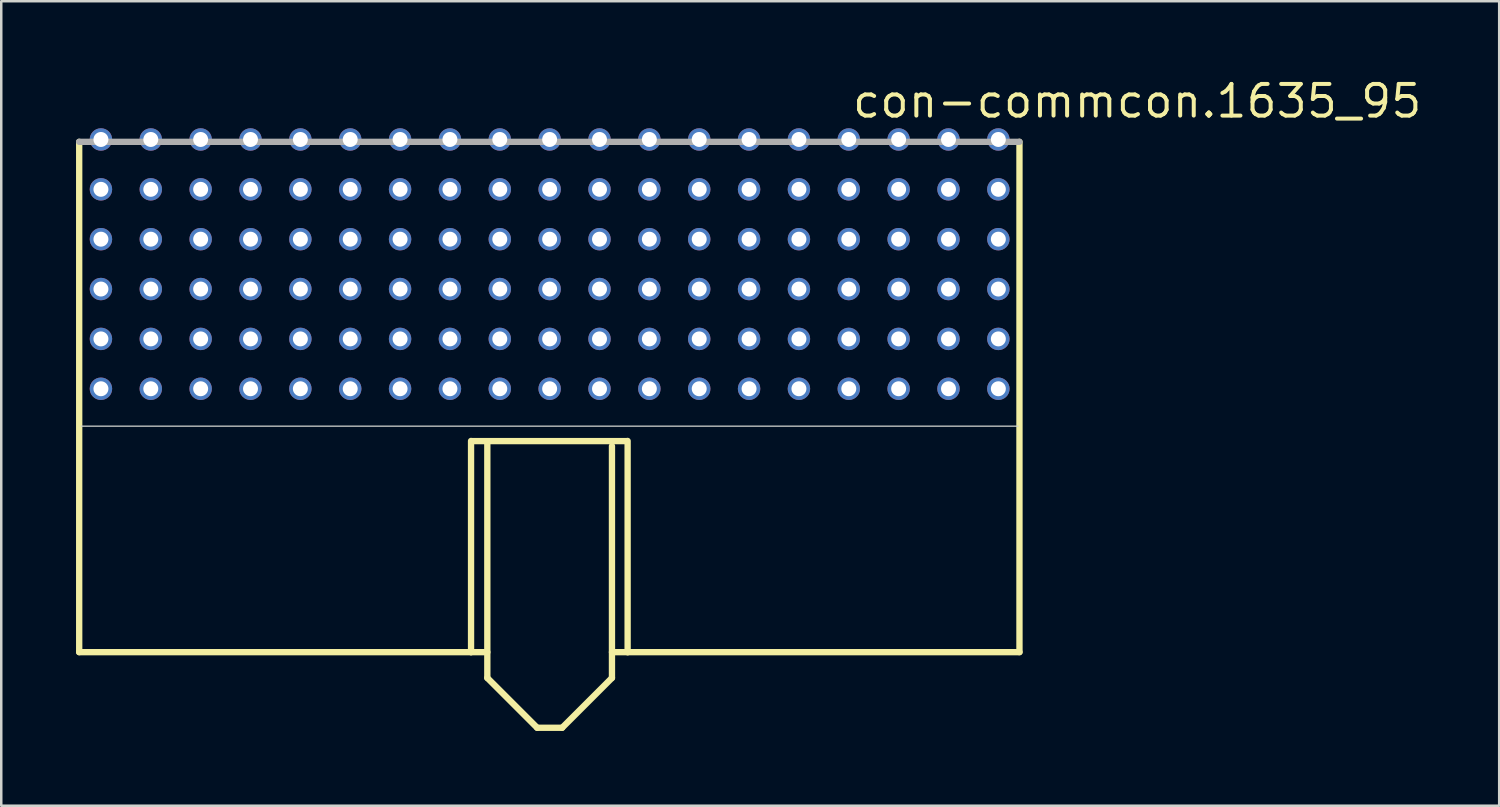
<source format=kicad_pcb>
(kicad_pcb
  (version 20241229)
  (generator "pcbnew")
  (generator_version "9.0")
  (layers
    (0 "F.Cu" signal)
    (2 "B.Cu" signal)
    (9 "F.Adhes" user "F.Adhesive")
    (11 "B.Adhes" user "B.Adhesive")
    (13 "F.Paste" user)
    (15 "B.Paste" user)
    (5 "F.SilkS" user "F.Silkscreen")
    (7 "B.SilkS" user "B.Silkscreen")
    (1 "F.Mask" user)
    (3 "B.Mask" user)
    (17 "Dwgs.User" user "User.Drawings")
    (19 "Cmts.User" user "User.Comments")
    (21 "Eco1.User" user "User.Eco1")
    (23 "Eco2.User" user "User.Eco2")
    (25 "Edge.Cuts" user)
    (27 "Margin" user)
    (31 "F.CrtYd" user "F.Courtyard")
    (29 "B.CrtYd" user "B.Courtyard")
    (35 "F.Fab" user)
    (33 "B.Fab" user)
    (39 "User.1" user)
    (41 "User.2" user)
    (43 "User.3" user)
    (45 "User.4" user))
  (footprint "con-commcon.1635_95"
    (layer "F.Cu")
    (at 18.999 13.815)
    (property "Reference" "con-commcon.1635_95" (at 12.065 -12.065 0) (layer "F.SilkS") (effects (font (size 1.27 1.27) (thickness 0.16)) (justify left bottom)))
    (attr through_hole)
    (fp_line (start -18.872 -11.176) (end -18.872 9.296) (stroke (width 0.254) (type default)) (layer "F.SilkS"))
    (fp_line (start -18.872 9.296) (end -3.153 9.296) (stroke (width 0.254) (type default)) (layer "F.SilkS"))
    (fp_line (start -3.153 9.296) (end -3.153 0.824) (stroke (width 0.254) (type default)) (layer "F.SilkS"))
    (fp_line (start -3.153 9.296) (end -2.5 9.296) (stroke (width 0.254) (type default)) (layer "F.SilkS"))
    (fp_line (start -3.1 0.83) (end 3.1 0.83) (stroke (width 0.254) (type default)) (layer "F.SilkS"))
    (fp_line (start -2.5 10.33) (end -2.5 0.93) (stroke (width 0.254) (type default)) (layer "F.SilkS"))
    (fp_line (start -2.5 10.33) (end -0.5 12.33) (stroke (width 0.254) (type default)) (layer "F.SilkS"))
    (fp_line (start -0.5 12.33) (end 0.5 12.33) (stroke (width 0.254) (type default)) (layer "F.SilkS"))
    (fp_line (start 0.5 12.33) (end 2.5 10.33) (stroke (width 0.254) (type default)) (layer "F.SilkS"))
    (fp_line (start 2.5 9.296) (end 3.128 9.296) (stroke (width 0.254) (type default)) (layer "F.SilkS"))
    (fp_line (start 2.5 10.33) (end 2.5 1.03) (stroke (width 0.254) (type default)) (layer "F.SilkS"))
    (fp_line (start 3.128 0.824) (end 3.128 9.296) (stroke (width 0.254) (type default)) (layer "F.SilkS"))
    (fp_line (start 3.128 9.296) (end 18.847 9.296) (stroke (width 0.254) (type default)) (layer "F.SilkS"))
    (fp_line (start 18.847 9.296) (end 18.847 -11.176) (stroke (width 0.254) (type default)) (layer "F.SilkS"))
    (fp_line (start -18.789 0.23) (end 18.789 0.23) (stroke (width 0.051) (type default)) (layer "Edge.Cuts"))
    (fp_line (start 18.847 -11.176) (end -18.872 -11.176) (stroke (width 0.254) (type default)) (layer "F.Fab"))
    (pad "A1" thru_hole circle (at 18 -1.27) (size 0.9 0.9) (drill 0.6) (layers "*.Cu" "*.Mask"))
    (pad "A2" thru_hole circle (at 16 -1.27) (size 0.9 0.9) (drill 0.6) (layers "*.Cu" "*.Mask"))
    (pad "A3" thru_hole circle (at 14 -1.27) (size 0.9 0.9) (drill 0.6) (layers "*.Cu" "*.Mask"))
    (pad "A4" thru_hole circle (at 12 -1.27) (size 0.9 0.9) (drill 0.6) (layers "*.Cu" "*.Mask"))
    (pad "A5" thru_hole circle (at 10 -1.27) (size 0.9 0.9) (drill 0.6) (layers "*.Cu" "*.Mask"))
    (pad "A6" thru_hole circle (at 8 -1.27) (size 0.9 0.9) (drill 0.6) (layers "*.Cu" "*.Mask"))
    (pad "A7" thru_hole circle (at 6 -1.27) (size 0.9 0.9) (drill 0.6) (layers "*.Cu" "*.Mask"))
    (pad "A8" thru_hole circle (at 4 -1.27) (size 0.9 0.9) (drill 0.6) (layers "*.Cu" "*.Mask"))
    (pad "A9" thru_hole circle (at 2 -1.27) (size 0.9 0.9) (drill 0.6) (layers "*.Cu" "*.Mask"))
    (pad "A10" thru_hole circle (at 0 -1.27) (size 0.9 0.9) (drill 0.6) (layers "*.Cu" "*.Mask"))
    (pad "A11" thru_hole circle (at -2 -1.27) (size 0.9 0.9) (drill 0.6) (layers "*.Cu" "*.Mask"))
    (pad "A12" thru_hole circle (at -4 -1.27) (size 0.9 0.9) (drill 0.6) (layers "*.Cu" "*.Mask"))
    (pad "A13" thru_hole circle (at -6 -1.27) (size 0.9 0.9) (drill 0.6) (layers "*.Cu" "*.Mask"))
    (pad "A14" thru_hole circle (at -8 -1.27) (size 0.9 0.9) (drill 0.6) (layers "*.Cu" "*.Mask"))
    (pad "A15" thru_hole circle (at -10 -1.27) (size 0.9 0.9) (drill 0.6) (layers "*.Cu" "*.Mask"))
    (pad "A16" thru_hole circle (at -12 -1.27) (size 0.9 0.9) (drill 0.6) (layers "*.Cu" "*.Mask"))
    (pad "A17" thru_hole circle (at -14 -1.27) (size 0.9 0.9) (drill 0.6) (layers "*.Cu" "*.Mask"))
    (pad "A18" thru_hole circle (at -16 -1.27) (size 0.9 0.9) (drill 0.6) (layers "*.Cu" "*.Mask"))
    (pad "A19" thru_hole circle (at -18 -1.27) (size 0.9 0.9) (drill 0.6) (layers "*.Cu" "*.Mask"))
    (pad "B1" thru_hole circle (at 18 -3.27) (size 0.9 0.9) (drill 0.6) (layers "*.Cu" "*.Mask"))
    (pad "B2" thru_hole circle (at 16 -3.27) (size 0.9 0.9) (drill 0.6) (layers "*.Cu" "*.Mask"))
    (pad "B3" thru_hole circle (at 14 -3.27) (size 0.9 0.9) (drill 0.6) (layers "*.Cu" "*.Mask"))
    (pad "B4" thru_hole circle (at 12 -3.27) (size 0.9 0.9) (drill 0.6) (layers "*.Cu" "*.Mask"))
    (pad "B5" thru_hole circle (at 10 -3.27) (size 0.9 0.9) (drill 0.6) (layers "*.Cu" "*.Mask"))
    (pad "B6" thru_hole circle (at 8 -3.27) (size 0.9 0.9) (drill 0.6) (layers "*.Cu" "*.Mask"))
    (pad "B7" thru_hole circle (at 6 -3.27) (size 0.9 0.9) (drill 0.6) (layers "*.Cu" "*.Mask"))
    (pad "B8" thru_hole circle (at 4 -3.27) (size 0.9 0.9) (drill 0.6) (layers "*.Cu" "*.Mask"))
    (pad "B9" thru_hole circle (at 2 -3.27) (size 0.9 0.9) (drill 0.6) (layers "*.Cu" "*.Mask"))
    (pad "B10" thru_hole circle (at 0 -3.27) (size 0.9 0.9) (drill 0.6) (layers "*.Cu" "*.Mask"))
    (pad "B11" thru_hole circle (at -2 -3.27) (size 0.9 0.9) (drill 0.6) (layers "*.Cu" "*.Mask"))
    (pad "B12" thru_hole circle (at -4 -3.27) (size 0.9 0.9) (drill 0.6) (layers "*.Cu" "*.Mask"))
    (pad "B13" thru_hole circle (at -6 -3.27) (size 0.9 0.9) (drill 0.6) (layers "*.Cu" "*.Mask"))
    (pad "B14" thru_hole circle (at -8 -3.27) (size 0.9 0.9) (drill 0.6) (layers "*.Cu" "*.Mask"))
    (pad "B15" thru_hole circle (at -10 -3.27) (size 0.9 0.9) (drill 0.6) (layers "*.Cu" "*.Mask"))
    (pad "B16" thru_hole circle (at -12 -3.27) (size 0.9 0.9) (drill 0.6) (layers "*.Cu" "*.Mask"))
    (pad "B17" thru_hole circle (at -14 -3.27) (size 0.9 0.9) (drill 0.6) (layers "*.Cu" "*.Mask"))
    (pad "B18" thru_hole circle (at -16 -3.27) (size 0.9 0.9) (drill 0.6) (layers "*.Cu" "*.Mask"))
    (pad "B19" thru_hole circle (at -18 -3.27) (size 0.9 0.9) (drill 0.6) (layers "*.Cu" "*.Mask"))
    (pad "C1" thru_hole circle (at 18 -5.27) (size 0.9 0.9) (drill 0.6) (layers "*.Cu" "*.Mask"))
    (pad "C2" thru_hole circle (at 16 -5.27) (size 0.9 0.9) (drill 0.6) (layers "*.Cu" "*.Mask"))
    (pad "C3" thru_hole circle (at 14 -5.27) (size 0.9 0.9) (drill 0.6) (layers "*.Cu" "*.Mask"))
    (pad "C4" thru_hole circle (at 12 -5.27) (size 0.9 0.9) (drill 0.6) (layers "*.Cu" "*.Mask"))
    (pad "C5" thru_hole circle (at 10 -5.27) (size 0.9 0.9) (drill 0.6) (layers "*.Cu" "*.Mask"))
    (pad "C6" thru_hole circle (at 8 -5.27) (size 0.9 0.9) (drill 0.6) (layers "*.Cu" "*.Mask"))
    (pad "C7" thru_hole circle (at 6 -5.27) (size 0.9 0.9) (drill 0.6) (layers "*.Cu" "*.Mask"))
    (pad "C8" thru_hole circle (at 4 -5.27) (size 0.9 0.9) (drill 0.6) (layers "*.Cu" "*.Mask"))
    (pad "C9" thru_hole circle (at 2 -5.27) (size 0.9 0.9) (drill 0.6) (layers "*.Cu" "*.Mask"))
    (pad "C10" thru_hole circle (at 0 -5.27) (size 0.9 0.9) (drill 0.6) (layers "*.Cu" "*.Mask"))
    (pad "C11" thru_hole circle (at -2 -5.27) (size 0.9 0.9) (drill 0.6) (layers "*.Cu" "*.Mask"))
    (pad "C12" thru_hole circle (at -4 -5.27) (size 0.9 0.9) (drill 0.6) (layers "*.Cu" "*.Mask"))
    (pad "C13" thru_hole circle (at -6 -5.27) (size 0.9 0.9) (drill 0.6) (layers "*.Cu" "*.Mask"))
    (pad "C14" thru_hole circle (at -8 -5.27) (size 0.9 0.9) (drill 0.6) (layers "*.Cu" "*.Mask"))
    (pad "C15" thru_hole circle (at -10 -5.27) (size 0.9 0.9) (drill 0.6) (layers "*.Cu" "*.Mask"))
    (pad "C16" thru_hole circle (at -12 -5.27) (size 0.9 0.9) (drill 0.6) (layers "*.Cu" "*.Mask"))
    (pad "C17" thru_hole circle (at -14 -5.27) (size 0.9 0.9) (drill 0.6) (layers "*.Cu" "*.Mask"))
    (pad "C18" thru_hole circle (at -16 -5.27) (size 0.9 0.9) (drill 0.6) (layers "*.Cu" "*.Mask"))
    (pad "C19" thru_hole circle (at -18 -5.27) (size 0.9 0.9) (drill 0.6) (layers "*.Cu" "*.Mask"))
    (pad "D1" thru_hole circle (at 18 -7.27) (size 0.9 0.9) (drill 0.6) (layers "*.Cu" "*.Mask"))
    (pad "D2" thru_hole circle (at 16 -7.27) (size 0.9 0.9) (drill 0.6) (layers "*.Cu" "*.Mask"))
    (pad "D3" thru_hole circle (at 14 -7.27) (size 0.9 0.9) (drill 0.6) (layers "*.Cu" "*.Mask"))
    (pad "D4" thru_hole circle (at 12 -7.27) (size 0.9 0.9) (drill 0.6) (layers "*.Cu" "*.Mask"))
    (pad "D5" thru_hole circle (at 10 -7.27) (size 0.9 0.9) (drill 0.6) (layers "*.Cu" "*.Mask"))
    (pad "D6" thru_hole circle (at 8 -7.27) (size 0.9 0.9) (drill 0.6) (layers "*.Cu" "*.Mask"))
    (pad "D7" thru_hole circle (at 6 -7.27) (size 0.9 0.9) (drill 0.6) (layers "*.Cu" "*.Mask"))
    (pad "D8" thru_hole circle (at 4 -7.27) (size 0.9 0.9) (drill 0.6) (layers "*.Cu" "*.Mask"))
    (pad "D9" thru_hole circle (at 2 -7.27) (size 0.9 0.9) (drill 0.6) (layers "*.Cu" "*.Mask"))
    (pad "D10" thru_hole circle (at 0 -7.27) (size 0.9 0.9) (drill 0.6) (layers "*.Cu" "*.Mask"))
    (pad "D11" thru_hole circle (at -2 -7.27) (size 0.9 0.9) (drill 0.6) (layers "*.Cu" "*.Mask"))
    (pad "D12" thru_hole circle (at -4 -7.27) (size 0.9 0.9) (drill 0.6) (layers "*.Cu" "*.Mask"))
    (pad "D13" thru_hole circle (at -6 -7.27) (size 0.9 0.9) (drill 0.6) (layers "*.Cu" "*.Mask"))
    (pad "D14" thru_hole circle (at -8 -7.27) (size 0.9 0.9) (drill 0.6) (layers "*.Cu" "*.Mask"))
    (pad "D15" thru_hole circle (at -10 -7.27) (size 0.9 0.9) (drill 0.6) (layers "*.Cu" "*.Mask"))
    (pad "D16" thru_hole circle (at -12 -7.27) (size 0.9 0.9) (drill 0.6) (layers "*.Cu" "*.Mask"))
    (pad "D17" thru_hole circle (at -14 -7.27) (size 0.9 0.9) (drill 0.6) (layers "*.Cu" "*.Mask"))
    (pad "D18" thru_hole circle (at -16 -7.27) (size 0.9 0.9) (drill 0.6) (layers "*.Cu" "*.Mask"))
    (pad "D19" thru_hole circle (at -18 -7.27) (size 0.9 0.9) (drill 0.6) (layers "*.Cu" "*.Mask"))
    (pad "E1" thru_hole circle (at 18 -9.27) (size 0.9 0.9) (drill 0.6) (layers "*.Cu" "*.Mask"))
    (pad "E2" thru_hole circle (at 16 -9.27) (size 0.9 0.9) (drill 0.6) (layers "*.Cu" "*.Mask"))
    (pad "E3" thru_hole circle (at 14 -9.27) (size 0.9 0.9) (drill 0.6) (layers "*.Cu" "*.Mask"))
    (pad "E4" thru_hole circle (at 12 -9.27) (size 0.9 0.9) (drill 0.6) (layers "*.Cu" "*.Mask"))
    (pad "E5" thru_hole circle (at 10 -9.27) (size 0.9 0.9) (drill 0.6) (layers "*.Cu" "*.Mask"))
    (pad "E6" thru_hole circle (at 8 -9.27) (size 0.9 0.9) (drill 0.6) (layers "*.Cu" "*.Mask"))
    (pad "E7" thru_hole circle (at 6 -9.27) (size 0.9 0.9) (drill 0.6) (layers "*.Cu" "*.Mask"))
    (pad "E8" thru_hole circle (at 4 -9.27) (size 0.9 0.9) (drill 0.6) (layers "*.Cu" "*.Mask"))
    (pad "E9" thru_hole circle (at 2 -9.27) (size 0.9 0.9) (drill 0.6) (layers "*.Cu" "*.Mask"))
    (pad "E10" thru_hole circle (at 0 -9.27) (size 0.9 0.9) (drill 0.6) (layers "*.Cu" "*.Mask"))
    (pad "E11" thru_hole circle (at -2 -9.27) (size 0.9 0.9) (drill 0.6) (layers "*.Cu" "*.Mask"))
    (pad "E12" thru_hole circle (at -4 -9.27) (size 0.9 0.9) (drill 0.6) (layers "*.Cu" "*.Mask"))
    (pad "E13" thru_hole circle (at -6 -9.27) (size 0.9 0.9) (drill 0.6) (layers "*.Cu" "*.Mask"))
    (pad "E14" thru_hole circle (at -8 -9.27) (size 0.9 0.9) (drill 0.6) (layers "*.Cu" "*.Mask"))
    (pad "E15" thru_hole circle (at -10 -9.27) (size 0.9 0.9) (drill 0.6) (layers "*.Cu" "*.Mask"))
    (pad "E16" thru_hole circle (at -12 -9.27) (size 0.9 0.9) (drill 0.6) (layers "*.Cu" "*.Mask"))
    (pad "E17" thru_hole circle (at -14 -9.27) (size 0.9 0.9) (drill 0.6) (layers "*.Cu" "*.Mask"))
    (pad "E18" thru_hole circle (at -16 -9.27) (size 0.9 0.9) (drill 0.6) (layers "*.Cu" "*.Mask"))
    (pad "E19" thru_hole circle (at -18 -9.27) (size 0.9 0.9) (drill 0.6) (layers "*.Cu" "*.Mask"))
    (pad "F1" thru_hole circle (at 18 -11.27) (size 0.9 0.9) (drill 0.6) (layers "*.Cu" "*.Mask"))
    (pad "F2" thru_hole circle (at 16 -11.27) (size 0.9 0.9) (drill 0.6) (layers "*.Cu" "*.Mask"))
    (pad "F3" thru_hole circle (at 14 -11.27) (size 0.9 0.9) (drill 0.6) (layers "*.Cu" "*.Mask"))
    (pad "F4" thru_hole circle (at 12 -11.27) (size 0.9 0.9) (drill 0.6) (layers "*.Cu" "*.Mask"))
    (pad "F5" thru_hole circle (at 10 -11.27) (size 0.9 0.9) (drill 0.6) (layers "*.Cu" "*.Mask"))
    (pad "F6" thru_hole circle (at 8 -11.27) (size 0.9 0.9) (drill 0.6) (layers "*.Cu" "*.Mask"))
    (pad "F7" thru_hole circle (at 6 -11.27) (size 0.9 0.9) (drill 0.6) (layers "*.Cu" "*.Mask"))
    (pad "F8" thru_hole circle (at 4 -11.27) (size 0.9 0.9) (drill 0.6) (layers "*.Cu" "*.Mask"))
    (pad "F9" thru_hole circle (at 2 -11.27) (size 0.9 0.9) (drill 0.6) (layers "*.Cu" "*.Mask"))
    (pad "F10" thru_hole circle (at 0 -11.27) (size 0.9 0.9) (drill 0.6) (layers "*.Cu" "*.Mask"))
    (pad "F11" thru_hole circle (at -2 -11.27) (size 0.9 0.9) (drill 0.6) (layers "*.Cu" "*.Mask"))
    (pad "F12" thru_hole circle (at -4 -11.27) (size 0.9 0.9) (drill 0.6) (layers "*.Cu" "*.Mask"))
    (pad "F13" thru_hole circle (at -6 -11.27) (size 0.9 0.9) (drill 0.6) (layers "*.Cu" "*.Mask"))
    (pad "F14" thru_hole circle (at -8 -11.27) (size 0.9 0.9) (drill 0.6) (layers "*.Cu" "*.Mask"))
    (pad "F15" thru_hole circle (at -10 -11.27) (size 0.9 0.9) (drill 0.6) (layers "*.Cu" "*.Mask"))
    (pad "F16" thru_hole circle (at -12 -11.27) (size 0.9 0.9) (drill 0.6) (layers "*.Cu" "*.Mask"))
    (pad "F17" thru_hole circle (at -14 -11.27) (size 0.9 0.9) (drill 0.6) (layers "*.Cu" "*.Mask"))
    (pad "F18" thru_hole circle (at -16 -11.27) (size 0.9 0.9) (drill 0.6) (layers "*.Cu" "*.Mask"))
    (pad "F19" thru_hole circle (at -18 -11.27) (size 0.9 0.9) (drill 0.6) (layers "*.Cu" "*.Mask")))
  (gr_rect
    (start -3 -3)
    (end 57.09 29.272)
    (stroke (width 0.1) (type default))
    (fill no)
    (layer "Edge.Cuts")))
</source>
